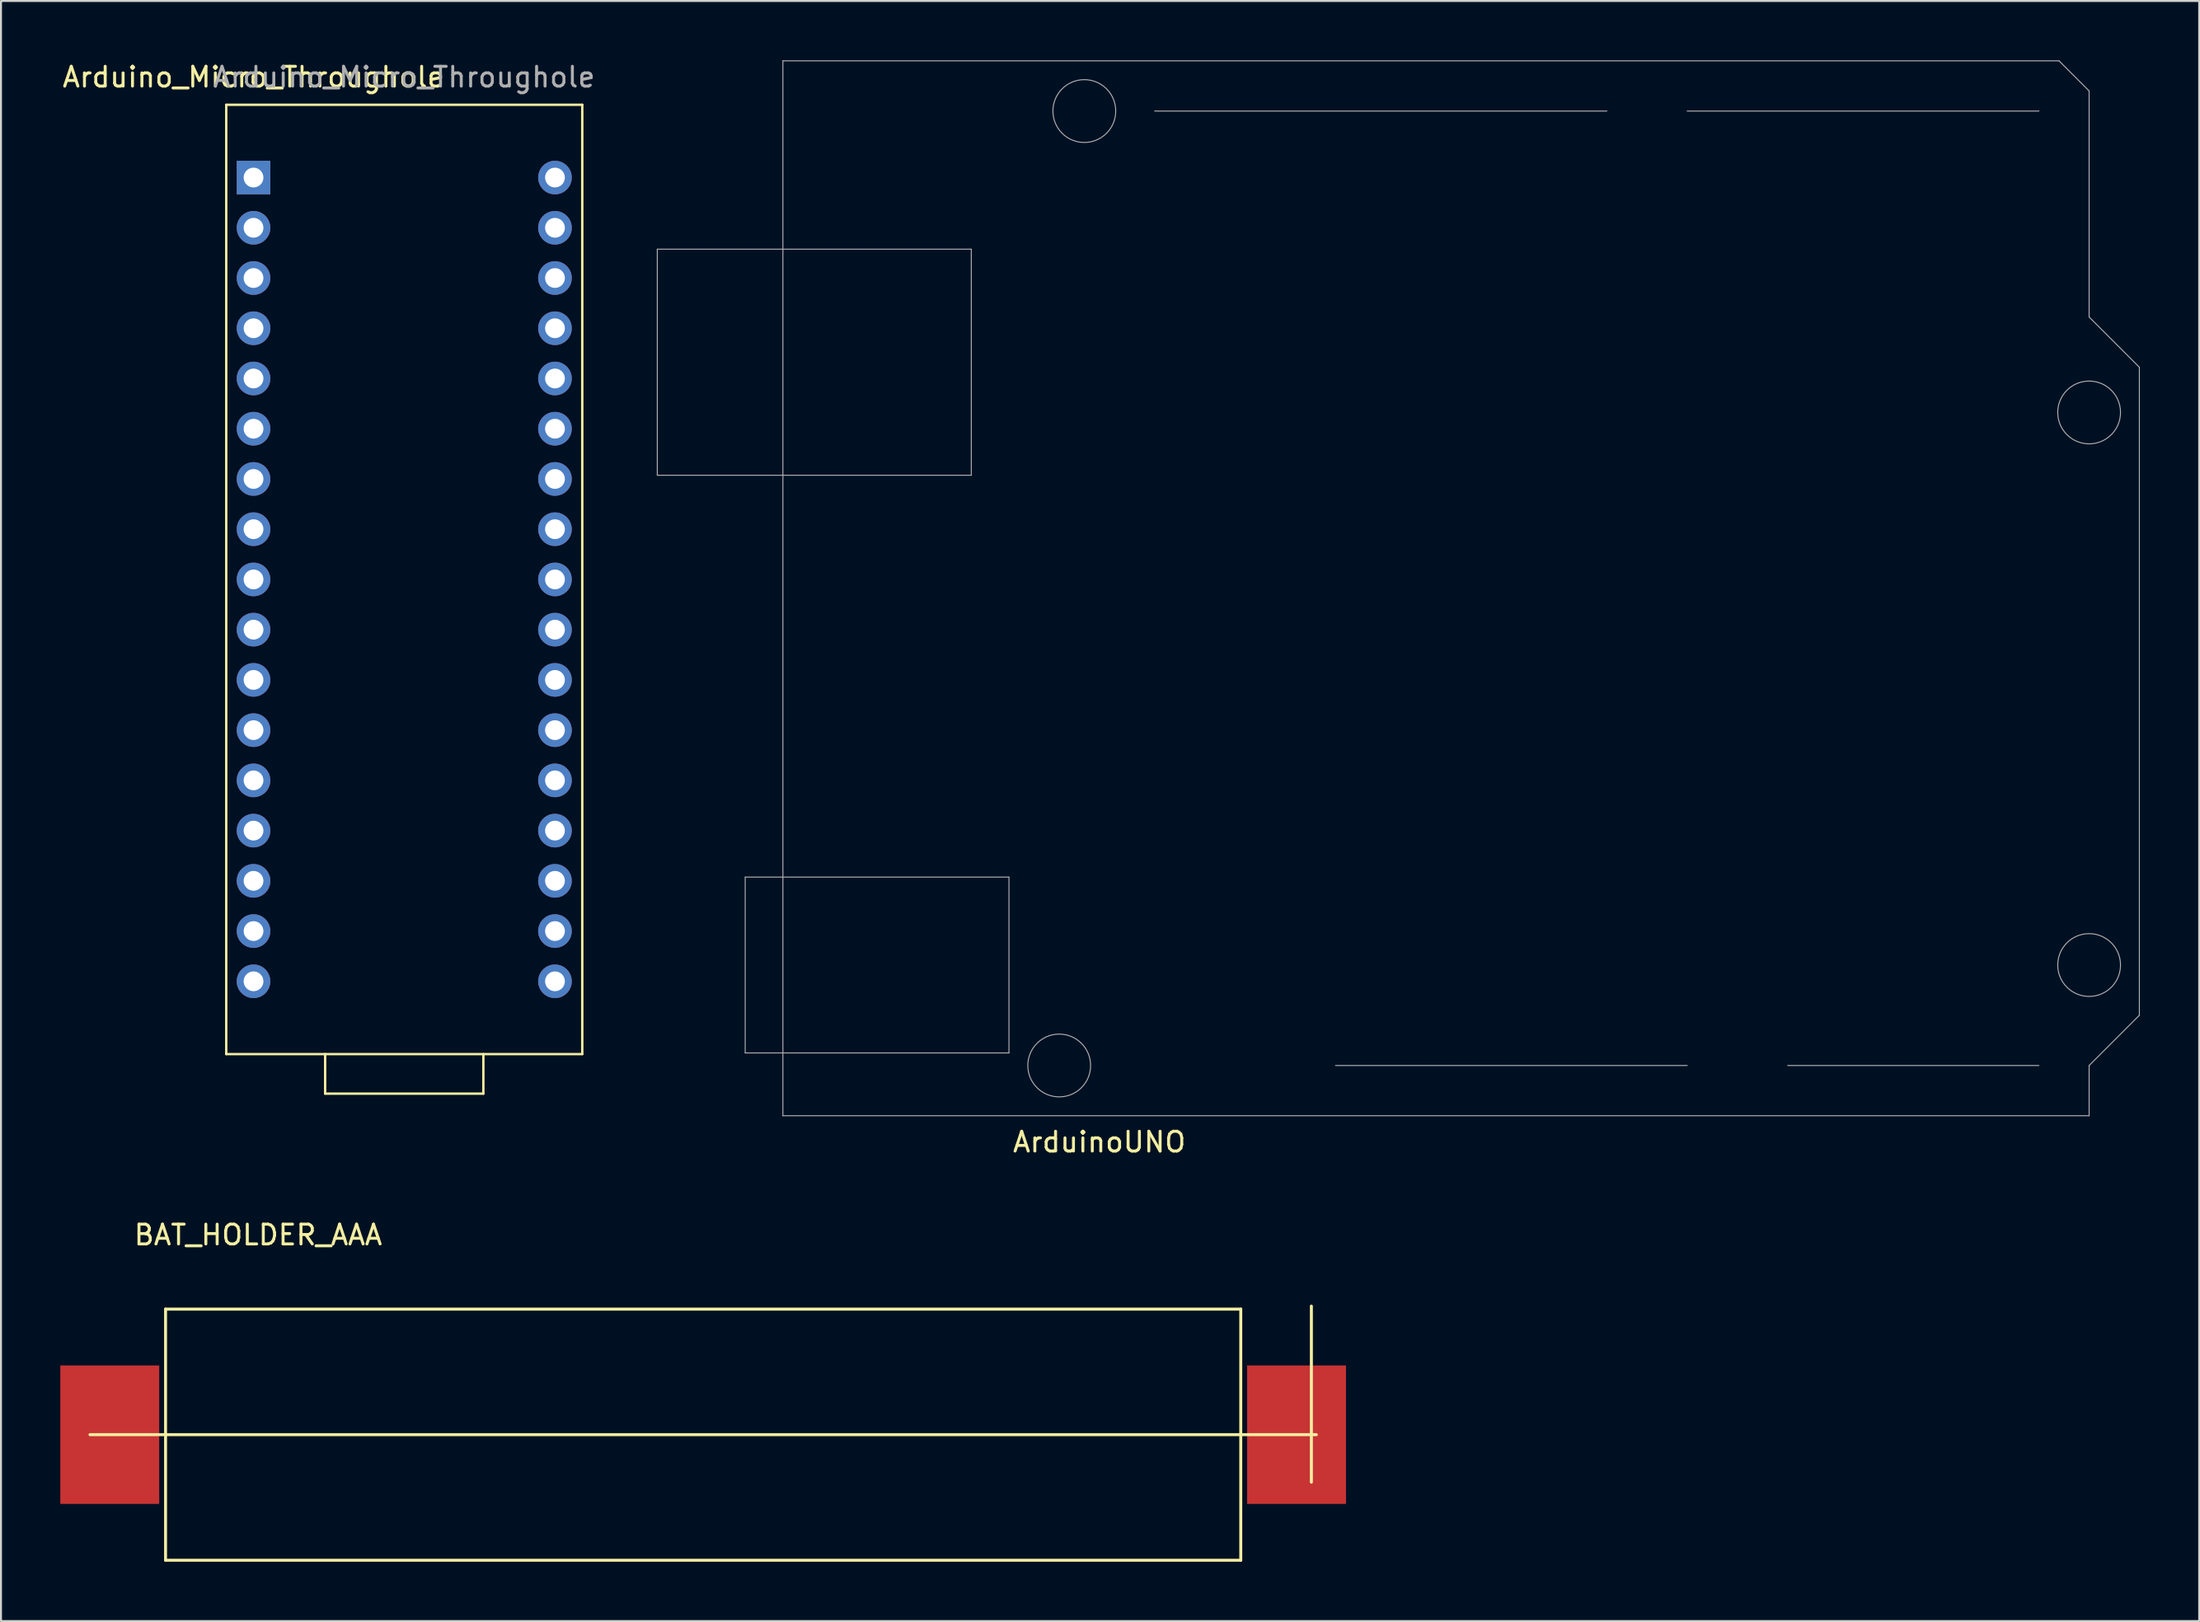
<source format=kicad_pcb>
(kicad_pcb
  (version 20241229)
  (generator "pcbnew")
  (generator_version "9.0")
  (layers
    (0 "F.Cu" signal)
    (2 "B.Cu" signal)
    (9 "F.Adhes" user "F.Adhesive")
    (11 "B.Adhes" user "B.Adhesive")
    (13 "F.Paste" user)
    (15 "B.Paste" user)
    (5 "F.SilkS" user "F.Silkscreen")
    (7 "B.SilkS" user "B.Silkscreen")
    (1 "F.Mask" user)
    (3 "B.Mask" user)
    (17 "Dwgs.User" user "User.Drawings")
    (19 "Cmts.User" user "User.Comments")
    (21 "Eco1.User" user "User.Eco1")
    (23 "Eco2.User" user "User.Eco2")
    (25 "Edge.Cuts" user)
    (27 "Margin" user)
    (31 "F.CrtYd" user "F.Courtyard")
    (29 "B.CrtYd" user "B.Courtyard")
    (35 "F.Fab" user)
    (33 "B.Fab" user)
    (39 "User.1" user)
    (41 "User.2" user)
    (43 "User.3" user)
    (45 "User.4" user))
  (footprint "BAT_HOLDER_AAA"
    (layer "F.Cu")
    (at 32.5 69.492)
    (property "Reference" "BAT_HOLDER_AAA" (at -22.5 -10.1 0) (layer "F.SilkS") (effects (font (size 1 1) (thickness 0.15))))
    (attr through_hole)
    (fp_line (start -27.18 6.35) (end -27.18 -6.35) (stroke (width 0.15) (type solid)) (layer "F.SilkS"))
    (fp_line (start -27.18 6.35) (end 27.18 6.35) (stroke (width 0.15) (type solid)) (layer "F.SilkS"))
    (fp_line (start 27.18 -6.35) (end -27.18 -6.35) (stroke (width 0.152) (type solid)) (layer "F.SilkS"))
    (fp_line (start 27.18 -6.35) (end 27.18 6.35) (stroke (width 0.15) (type solid)) (layer "F.SilkS"))
    (fp_line (start 30.75 -6.5) (end 30.75 2.4) (stroke (width 0.152) (type solid)) (layer "F.SilkS"))
    (fp_line (start 31 0) (end -31 0) (stroke (width 0.152) (type solid)) (layer "F.SilkS"))
    (pad "1" smd rect (at -30 0) (size 5 7) (layers "F.Cu" "F.Mask" "F.Paste"))
    (pad "2" smd rect (at 30 0) (size 5 7) (layers "F.Cu" "F.Mask" "F.Paste")))
  (footprint "ArduinoUNO"
    (layer "F.Cu")
    (at 36.531 53.365)
    (property "Reference" "ArduinoUNO" (at 16 1.33 0) (layer "F.SilkS") (effects (font (size 1 1) (thickness 0.15))))
    (attr through_hole)
    (fp_line (start -6.35 -43.815) (end 9.525 -43.815) (stroke (width 0.05) (type solid)) (layer "F.Fab"))
    (fp_line (start -6.35 -32.385) (end -6.35 -43.815) (stroke (width 0.05) (type solid)) (layer "F.Fab"))
    (fp_line (start -1.905 -12.065) (end 11.43 -12.065) (stroke (width 0.05) (type solid)) (layer "F.Fab"))
    (fp_line (start -1.905 -3.175) (end -1.905 -12.065) (stroke (width 0.05) (type solid)) (layer "F.Fab"))
    (fp_line (start 0 0) (end 0 -53.34) (stroke (width 0.05) (type solid)) (layer "F.Fab"))
    (fp_line (start 9.525 -43.815) (end 9.525 -32.385) (stroke (width 0.05) (type solid)) (layer "F.Fab"))
    (fp_line (start 9.525 -32.385) (end -6.35 -32.385) (stroke (width 0.05) (type solid)) (layer "F.Fab"))
    (fp_line (start 11.43 -12.065) (end 11.43 -3.175) (stroke (width 0.05) (type solid)) (layer "F.Fab"))
    (fp_line (start 11.43 -3.175) (end -1.905 -3.175) (stroke (width 0.05) (type solid)) (layer "F.Fab"))
    (fp_line (start 18.796 -50.8) (end 41.656 -50.8) (stroke (width 0.05) (type solid)) (layer "F.Fab"))
    (fp_line (start 27.94 -2.54) (end 45.72 -2.54) (stroke (width 0.05) (type solid)) (layer "F.Fab"))
    (fp_line (start 45.72 -50.8) (end 63.5 -50.8) (stroke (width 0.05) (type solid)) (layer "F.Fab"))
    (fp_line (start 50.8 -2.54) (end 63.5 -2.54) (stroke (width 0.05) (type solid)) (layer "F.Fab"))
    (fp_line (start 64.516 -53.34) (end 0 -53.34) (stroke (width 0.05) (type solid)) (layer "F.Fab"))
    (fp_line (start 64.516 -53.34) (end 66.04 -51.816) (stroke (width 0.05) (type solid)) (layer "F.Fab"))
    (fp_line (start 66.04 -51.816) (end 66.04 -40.386) (stroke (width 0.05) (type solid)) (layer "F.Fab"))
    (fp_line (start 66.04 -2.54) (end 68.58 -5.08) (stroke (width 0.05) (type solid)) (layer "F.Fab"))
    (fp_line (start 66.04 0) (end 0 0) (stroke (width 0.05) (type solid)) (layer "F.Fab"))
    (fp_line (start 66.04 0) (end 66.04 -2.54) (stroke (width 0.05) (type solid)) (layer "F.Fab"))
    (fp_line (start 68.58 -37.846) (end 66.04 -40.386) (stroke (width 0.05) (type solid)) (layer "F.Fab"))
    (fp_line (start 68.58 -5.08) (end 68.58 -37.846) (stroke (width 0.05) (type solid)) (layer "F.Fab"))
    (fp_circle (center 13.97 -2.54) (end 15.557 -2.54) (stroke (width 0.05) (type solid)) (fill no) (layer "F.Fab"))
    (fp_circle (center 15.24 -50.8) (end 16.828 -50.8) (stroke (width 0.05) (type solid)) (fill no) (layer "F.Fab"))
    (fp_circle (center 66.04 -35.56) (end 67.627 -35.56) (stroke (width 0.05) (type solid)) (fill no) (layer "F.Fab"))
    (fp_circle (center 66.04 -7.62) (end 67.627 -7.62) (stroke (width 0.05) (type solid)) (fill no) (layer "F.Fab")))
  (footprint "Arduino_Micro_Throughole"
    (layer "F.Cu")
    (at 17.388 26.248)
    (property "Reference" "Arduino_Micro_Throughole" (at -7.62 -25.4 0) (layer "F.SilkS") (effects (font (size 1 1) (thickness 0.15))))
    (attr through_hole)
    (fp_line (start -9 -24) (end -9 24) (stroke (width 0.12) (type solid)) (layer "F.SilkS"))
    (fp_line (start -9 24) (end 9 24) (stroke (width 0.12) (type solid)) (layer "F.SilkS"))
    (fp_line (start -4 24) (end -4 26) (stroke (width 0.12) (type solid)) (layer "F.SilkS"))
    (fp_line (start -4 26) (end 4 26) (stroke (width 0.12) (type solid)) (layer "F.SilkS"))
    (fp_line (start 4 26) (end 4 24) (stroke (width 0.12) (type solid)) (layer "F.SilkS"))
    (fp_line (start 9 -24) (end -9 -24) (stroke (width 0.12) (type solid)) (layer "F.SilkS"))
    (fp_line (start 9 24) (end 9 -24) (stroke (width 0.12) (type solid)) (layer "F.SilkS"))
    (fp_text user "${REFERENCE}" (at 0 -25.4 180) (layer "F.Fab") (effects (font (size 1 1) (thickness 0.15))))
    (pad "1" thru_hole rect (at -7.62 -20.32) (size 1.7 1.7) (drill 1) (layers "*.Cu" "*.Mask"))
    (pad "2" thru_hole oval (at -7.62 -17.78) (size 1.7 1.7) (drill 1) (layers "*.Cu" "*.Mask"))
    (pad "3" thru_hole oval (at -7.62 -15.24) (size 1.7 1.7) (drill 1) (layers "*.Cu" "*.Mask"))
    (pad "4" thru_hole oval (at -7.62 -12.7) (size 1.7 1.7) (drill 1) (layers "*.Cu" "*.Mask"))
    (pad "5" thru_hole oval (at -7.62 -10.16) (size 1.7 1.7) (drill 1) (layers "*.Cu" "*.Mask"))
    (pad "6" thru_hole oval (at -7.62 -7.62) (size 1.7 1.7) (drill 1) (layers "*.Cu" "*.Mask"))
    (pad "7" thru_hole oval (at -7.62 -5.08) (size 1.7 1.7) (drill 1) (layers "*.Cu" "*.Mask"))
    (pad "8" thru_hole oval (at -7.62 -2.54) (size 1.7 1.7) (drill 1) (layers "*.Cu" "*.Mask"))
    (pad "9" thru_hole oval (at -7.62 0) (size 1.7 1.7) (drill 1) (layers "*.Cu" "*.Mask"))
    (pad "10" thru_hole oval (at -7.62 2.54) (size 1.7 1.7) (drill 1) (layers "*.Cu" "*.Mask"))
    (pad "11" thru_hole oval (at -7.62 5.08) (size 1.7 1.7) (drill 1) (layers "*.Cu" "*.Mask"))
    (pad "12" thru_hole oval (at -7.62 7.62) (size 1.7 1.7) (drill 1) (layers "*.Cu" "*.Mask"))
    (pad "13" thru_hole oval (at -7.62 10.16) (size 1.7 1.7) (drill 1) (layers "*.Cu" "*.Mask"))
    (pad "14" thru_hole oval (at -7.62 12.7) (size 1.7 1.7) (drill 1) (layers "*.Cu" "*.Mask"))
    (pad "15" thru_hole oval (at -7.62 15.24) (size 1.7 1.7) (drill 1) (layers "*.Cu" "*.Mask"))
    (pad "16" thru_hole oval (at -7.62 17.78) (size 1.7 1.7) (drill 1) (layers "*.Cu" "*.Mask"))
    (pad "17" thru_hole oval (at -7.62 20.32) (size 1.7 1.7) (drill 1) (layers "*.Cu" "*.Mask"))
    (pad "18" thru_hole oval (at 7.62 20.32) (size 1.7 1.7) (drill 1) (layers "*.Cu" "*.Mask"))
    (pad "19" thru_hole oval (at 7.62 17.78) (size 1.7 1.7) (drill 1) (layers "*.Cu" "*.Mask"))
    (pad "20" thru_hole oval (at 7.62 15.24) (size 1.7 1.7) (drill 1) (layers "*.Cu" "*.Mask"))
    (pad "21" thru_hole oval (at 7.62 12.7) (size 1.7 1.7) (drill 1) (layers "*.Cu" "*.Mask"))
    (pad "22" thru_hole oval (at 7.62 10.16) (size 1.7 1.7) (drill 1) (layers "*.Cu" "*.Mask"))
    (pad "23" thru_hole oval (at 7.62 7.62) (size 1.7 1.7) (drill 1) (layers "*.Cu" "*.Mask"))
    (pad "24" thru_hole oval (at 7.62 5.08) (size 1.7 1.7) (drill 1) (layers "*.Cu" "*.Mask"))
    (pad "25" thru_hole oval (at 7.62 2.54) (size 1.7 1.7) (drill 1) (layers "*.Cu" "*.Mask"))
    (pad "26" thru_hole oval (at 7.62 0) (size 1.7 1.7) (drill 1) (layers "*.Cu" "*.Mask"))
    (pad "27" thru_hole oval (at 7.62 -2.54) (size 1.7 1.7) (drill 1) (layers "*.Cu" "*.Mask"))
    (pad "28" thru_hole oval (at 7.62 -5.08) (size 1.7 1.7) (drill 1) (layers "*.Cu" "*.Mask"))
    (pad "29" thru_hole oval (at 7.62 -7.62) (size 1.7 1.7) (drill 1) (layers "*.Cu" "*.Mask"))
    (pad "30" thru_hole oval (at 7.62 -10.16) (size 1.7 1.7) (drill 1) (layers "*.Cu" "*.Mask"))
    (pad "31" thru_hole oval (at 7.62 -12.7) (size 1.7 1.7) (drill 1) (layers "*.Cu" "*.Mask"))
    (pad "32" thru_hole oval (at 7.62 -15.24) (size 1.7 1.7) (drill 1) (layers "*.Cu" "*.Mask"))
    (pad "33" thru_hole oval (at 7.62 -17.78) (size 1.7 1.7) (drill 1) (layers "*.Cu" "*.Mask"))
    (pad "34" thru_hole oval (at 7.62 -20.32) (size 1.7 1.7) (drill 1) (layers "*.Cu" "*.Mask")))
  (gr_rect
    (start -3 -3)
    (end 108.136 78.916)
    (stroke (width 0.1) (type default))
    (fill no)
    (layer "Edge.Cuts")))
</source>
